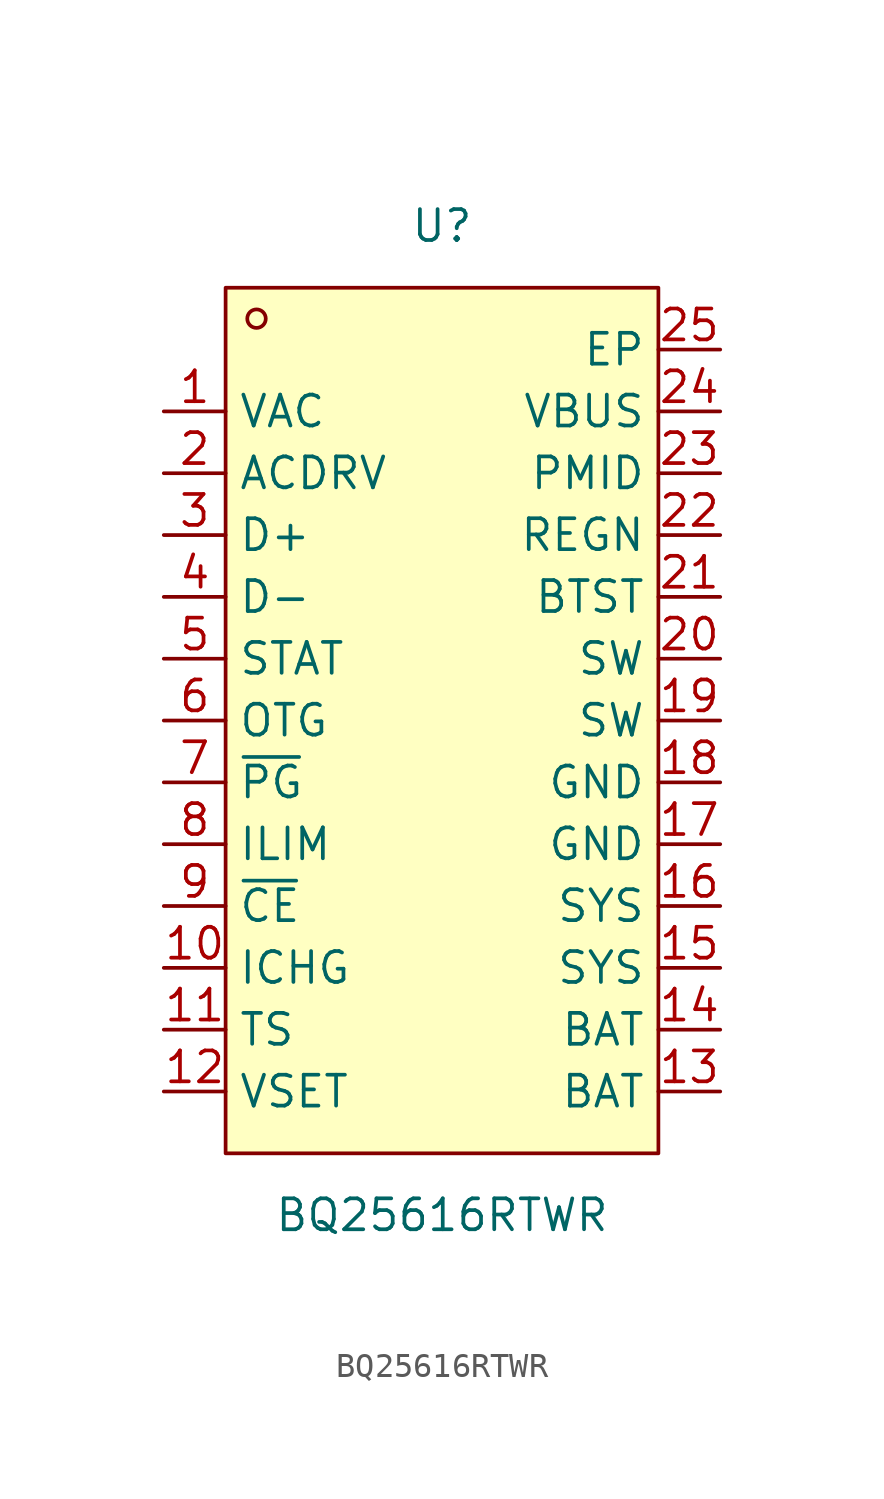
<source format=kicad_sym>
(kicad_symbol_lib
  (version 20231120)
  (generator "kicad_symbol_editor")
  (generator_version "8.0")
  (symbol "BQ25616RTWR"
    (property "Reference" "U"
      (at 0 20.32 0)
      (effects (font (size 1.27 1.27))))
    (property "Value" "BQ25616RTWR"
      (at 0 -20.32 0)
      (effects (font (size 1.27 1.27))))
    (symbol "BQ25616RTWR_0_1"
      (rectangle (start -8.89 17.78) (end 8.89 -17.78) (stroke (width 0) (type default)) (fill (type background)))
      (circle (center -7.62 16.51) (radius 0.38) (stroke (width 0) (type default)) (fill (type none)))
      (pin power_in line (at -11.43 12.7 0) (length 2.54) (name "VAC" (effects (font (size 1.27 1.27)))) (number "1" (effects (font (size 1.27 1.27)))))
      (pin input line (at -11.43 -10.16 0) (length 2.54) (name "ICHG" (effects (font (size 1.27 1.27)))) (number "10" (effects (font (size 1.27 1.27)))))
      (pin input line (at -11.43 -12.7 0) (length 2.54) (name "TS" (effects (font (size 1.27 1.27)))) (number "11" (effects (font (size 1.27 1.27)))))
      (pin passive line (at -11.43 -15.24 0) (length 2.54) (name "VSET" (effects (font (size 1.27 1.27)))) (number "12" (effects (font (size 1.27 1.27)))))
      (pin power_in line (at 11.43 -15.24 180) (length 2.54) (name "BAT" (effects (font (size 1.27 1.27)))) (number "13" (effects (font (size 1.27 1.27)))))
      (pin power_in line (at 11.43 -12.7 180) (length 2.54) (name "BAT" (effects (font (size 1.27 1.27)))) (number "14" (effects (font (size 1.27 1.27)))))
      (pin power_in line (at 11.43 -10.16 180) (length 2.54) (name "SYS" (effects (font (size 1.27 1.27)))) (number "15" (effects (font (size 1.27 1.27)))))
      (pin power_in line (at 11.43 -7.62 180) (length 2.54) (name "SYS" (effects (font (size 1.27 1.27)))) (number "16" (effects (font (size 1.27 1.27)))))
      (pin power_in line (at 11.43 -5.08 180) (length 2.54) (name "GND" (effects (font (size 1.27 1.27)))) (number "17" (effects (font (size 1.27 1.27)))))
      (pin passive line (at 11.43 0 180) (length 2.54) (name "SW" (effects (font (size 1.27 1.27)))) (number "19" (effects (font (size 1.27 1.27)))))
      (pin unspecified line (at -11.43 10.16 0) (length 2.54) (name "ACDRV" (effects (font (size 1.27 1.27)))) (number "2" (effects (font (size 1.27 1.27)))))
      (pin passive line (at 11.43 2.54 180) (length 2.54) (name "SW" (effects (font (size 1.27 1.27)))) (number "20" (effects (font (size 1.27 1.27)))))
      (pin passive line (at 11.43 5.08 180) (length 2.54) (name "BTST" (effects (font (size 1.27 1.27)))) (number "21" (effects (font (size 1.27 1.27)))))
      (pin passive line (at 11.43 7.62 180) (length 2.54) (name "REGN" (effects (font (size 1.27 1.27)))) (number "22" (effects (font (size 1.27 1.27)))))
      (pin passive line (at 11.43 10.16 180) (length 2.54) (name "PMID" (effects (font (size 1.27 1.27)))) (number "23" (effects (font (size 1.27 1.27)))))
      (pin power_in line (at 11.43 12.7 180) (length 2.54) (name "VBUS" (effects (font (size 1.27 1.27)))) (number "24" (effects (font (size 1.27 1.27)))))
      (pin power_in line (at 11.43 15.24 180) (length 2.54) (name "EP" (effects (font (size 1.27 1.27)))) (number "25" (effects (font (size 1.27 1.27)))))
      (pin input line (at -11.43 7.62 0) (length 2.54) (name "D+" (effects (font (size 1.27 1.27)))) (number "3" (effects (font (size 1.27 1.27)))))
      (pin input line (at -11.43 5.08 0) (length 2.54) (name "D-" (effects (font (size 1.27 1.27)))) (number "4" (effects (font (size 1.27 1.27)))))
      (pin input line (at -11.43 2.54 0) (length 2.54) (name "STAT" (effects (font (size 1.27 1.27)))) (number "5" (effects (font (size 1.27 1.27)))))
      (pin power_in line (at -11.43 0 0) (length 2.54) (name "OTG" (effects (font (size 1.27 1.27)))) (number "6" (effects (font (size 1.27 1.27)))))
      (pin input line (at -11.43 -2.54 0) (length 2.54) (name "~{PG}" (effects (font (size 1.27 1.27)))) (number "7" (effects (font (size 1.27 1.27)))))
      (pin input line (at -11.43 -5.08 0) (length 2.54) (name "ILIM" (effects (font (size 1.27 1.27)))) (number "8" (effects (font (size 1.27 1.27)))))
      (pin input line (at -11.43 -7.62 0) (length 2.54) (name "~{CE}" (effects (font (size 1.27 1.27)))) (number "9" (effects (font (size 1.27 1.27))))))
    (symbol "BQ25616RTWR_1_1"
      (pin power_in line (at 11.43 -2.54 180) (length 2.54) (name "GND" (effects (font (size 1.27 1.27)))) (number "18" (effects (font (size 1.27 1.27))))))))
</source>
